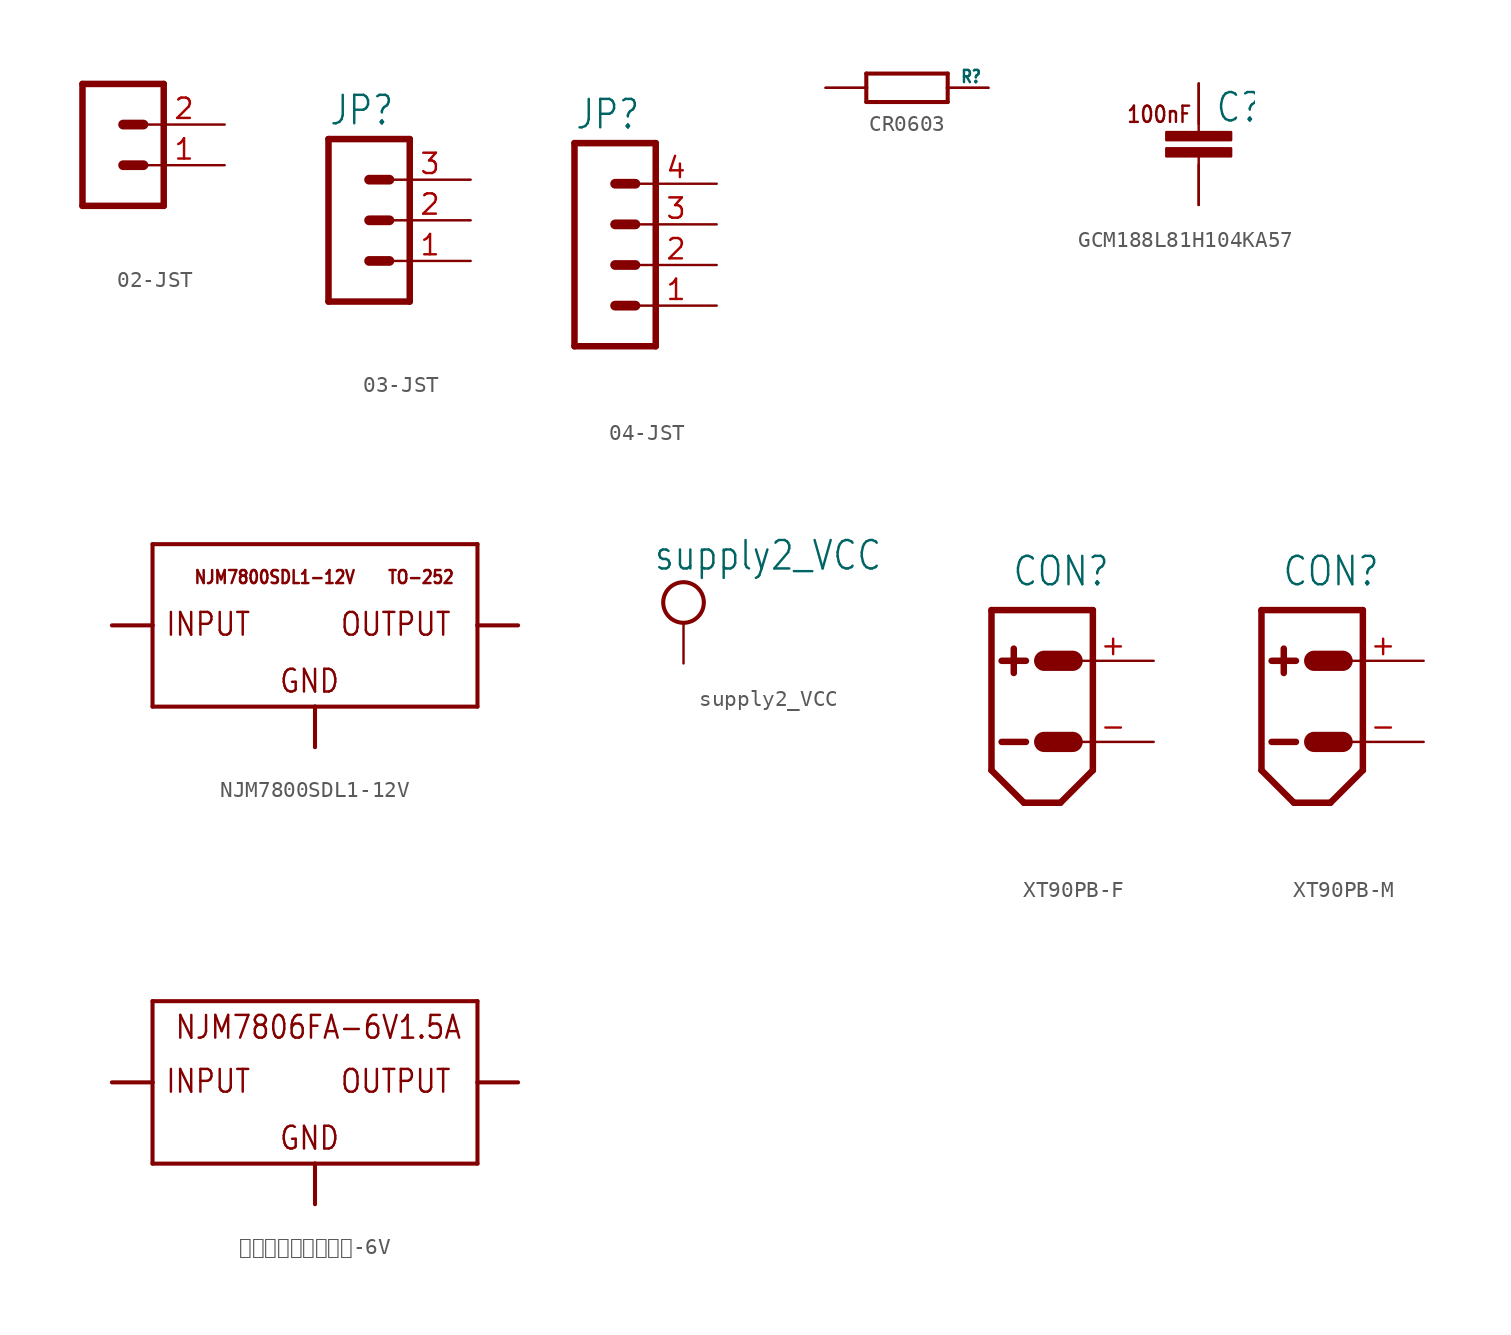
<source format=kicad_sym>
(kicad_symbol_lib
  (version 20220914)
  (generator kicad_symbol_editor)
  (symbol "02-JST"
    (property "Reference" ""
      (at -1.27 3.302 0)
      (effects (font (size 1.778 1.511)) (justify left bottom) hide))
    (property "Value" ""
      (at -1.27 -7.62 0)
      (effects (font (size 1.778 1.511)) (justify left bottom)))
    (property "ki_locked" ""
      (at 0 0 0)
      (effects (font (size 1.27 1.27))))
    (symbol "02-JST_1_0"
      (polyline (pts (xy -1.27 2.54) (xy -1.27 -5.08)) (stroke (width 0.406) (type solid)) (fill (type none)))
      (polyline (pts (xy -1.27 2.54) (xy 3.81 2.54)) (stroke (width 0.406) (type solid)) (fill (type none)))
      (polyline (pts (xy 1.27 -2.54) (xy 2.54 -2.54)) (stroke (width 0.61) (type solid)) (fill (type none)))
      (polyline (pts (xy 1.27 0) (xy 2.54 0)) (stroke (width 0.61) (type solid)) (fill (type none)))
      (polyline (pts (xy 3.81 -5.08) (xy -1.27 -5.08)) (stroke (width 0.406) (type solid)) (fill (type none)))
      (polyline (pts (xy 3.81 -5.08) (xy 3.81 2.54)) (stroke (width 0.406) (type solid)) (fill (type none)))
      (pin passive line (at 7.62 -2.54 180) (length 5.08) (name "1" (effects (font (size 0 0)))) (number "1" (effects (font (size 1.27 1.27)))))
      (pin passive line (at 7.62 0 180) (length 5.08) (name "2" (effects (font (size 0 0)))) (number "2" (effects (font (size 1.27 1.27)))))))
  (symbol "03-JST"
    (property "Reference" "JP"
      (at -1.27 5.842 0)
      (effects (font (size 1.778 1.511)) (justify left bottom)))
    (property "Value" ""
      (at -1.27 -7.62 0)
      (effects (font (size 1.778 1.511)) (justify left bottom)))
    (property "ki_locked" ""
      (at 0 0 0)
      (effects (font (size 1.27 1.27))))
    (symbol "03-JST_1_0"
      (polyline (pts (xy -1.27 5.08) (xy -1.27 -5.08)) (stroke (width 0.406) (type solid)) (fill (type none)))
      (polyline (pts (xy -1.27 5.08) (xy 3.81 5.08)) (stroke (width 0.406) (type solid)) (fill (type none)))
      (polyline (pts (xy 1.27 -2.54) (xy 2.54 -2.54)) (stroke (width 0.61) (type solid)) (fill (type none)))
      (polyline (pts (xy 1.27 0) (xy 2.54 0)) (stroke (width 0.61) (type solid)) (fill (type none)))
      (polyline (pts (xy 1.27 2.54) (xy 2.54 2.54)) (stroke (width 0.61) (type solid)) (fill (type none)))
      (polyline (pts (xy 3.81 -5.08) (xy -1.27 -5.08)) (stroke (width 0.406) (type solid)) (fill (type none)))
      (polyline (pts (xy 3.81 -5.08) (xy 3.81 5.08)) (stroke (width 0.406) (type solid)) (fill (type none)))
      (pin passive line (at 7.62 -2.54 180) (length 5.08) (name "1" (effects (font (size 0 0)))) (number "1" (effects (font (size 1.27 1.27)))))
      (pin passive line (at 7.62 0 180) (length 5.08) (name "2" (effects (font (size 0 0)))) (number "2" (effects (font (size 1.27 1.27)))))
      (pin passive line (at 7.62 2.54 180) (length 5.08) (name "3" (effects (font (size 0 0)))) (number "3" (effects (font (size 1.27 1.27)))))))
  (symbol "04-JST"
    (property "Reference" "JP"
      (at -1.27 5.842 0)
      (effects (font (size 1.778 1.511)) (justify left bottom)))
    (property "Value" ""
      (at -1.27 -10.16 0)
      (effects (font (size 1.778 1.511)) (justify left bottom)))
    (property "ki_locked" ""
      (at 0 0 0)
      (effects (font (size 1.27 1.27))))
    (symbol "04-JST_1_0"
      (polyline (pts (xy -1.27 5.08) (xy -1.27 -7.62)) (stroke (width 0.406) (type solid)) (fill (type none)))
      (polyline (pts (xy -1.27 5.08) (xy 3.81 5.08)) (stroke (width 0.406) (type solid)) (fill (type none)))
      (polyline (pts (xy 1.27 -5.08) (xy 2.54 -5.08)) (stroke (width 0.61) (type solid)) (fill (type none)))
      (polyline (pts (xy 1.27 -2.54) (xy 2.54 -2.54)) (stroke (width 0.61) (type solid)) (fill (type none)))
      (polyline (pts (xy 1.27 0) (xy 2.54 0)) (stroke (width 0.61) (type solid)) (fill (type none)))
      (polyline (pts (xy 1.27 2.54) (xy 2.54 2.54)) (stroke (width 0.61) (type solid)) (fill (type none)))
      (polyline (pts (xy 3.81 -7.62) (xy -1.27 -7.62)) (stroke (width 0.406) (type solid)) (fill (type none)))
      (polyline (pts (xy 3.81 -7.62) (xy 3.81 5.08)) (stroke (width 0.406) (type solid)) (fill (type none)))
      (pin passive line (at 7.62 -5.08 180) (length 5.08) (name "1" (effects (font (size 0 0)))) (number "1" (effects (font (size 1.27 1.27)))))
      (pin passive line (at 7.62 -2.54 180) (length 5.08) (name "2" (effects (font (size 0 0)))) (number "2" (effects (font (size 1.27 1.27)))))
      (pin passive line (at 7.62 0 180) (length 5.08) (name "3" (effects (font (size 0 0)))) (number "3" (effects (font (size 1.27 1.27)))))
      (pin passive line (at 7.62 2.54 180) (length 5.08) (name "4" (effects (font (size 0 0)))) (number "4" (effects (font (size 1.27 1.27)))))))
  (symbol "CR0603"
    (property "Reference" "R"
      (at 3.302 0.254 0)
      (effects (font (size 0.762 0.648)) (justify left bottom)))
    (property "Value" ""
      (at 3.302 -1.016 0)
      (effects (font (size 0.762 0.648)) (justify left bottom)))
    (property "ki_locked" ""
      (at 0 0 0)
      (effects (font (size 1.27 1.27))))
    (symbol "CR0603_1_0"
      (polyline (pts (xy -5.08 0) (xy -2.54 0)) (stroke (width 0.152) (type solid)) (fill (type none)))
      (polyline (pts (xy -2.54 -0.889) (xy -2.54 0)) (stroke (width 0.254) (type solid)) (fill (type none)))
      (polyline (pts (xy -2.54 -0.889) (xy 2.54 -0.889)) (stroke (width 0.254) (type solid)) (fill (type none)))
      (polyline (pts (xy -2.54 0) (xy -2.54 0.889)) (stroke (width 0.254) (type solid)) (fill (type none)))
      (polyline (pts (xy 2.54 -0.889) (xy 2.54 0)) (stroke (width 0.254) (type solid)) (fill (type none)))
      (polyline (pts (xy 2.54 0) (xy 2.54 0.889)) (stroke (width 0.254) (type solid)) (fill (type none)))
      (polyline (pts (xy 2.54 0) (xy 5.08 0)) (stroke (width 0.152) (type solid)) (fill (type none)))
      (polyline (pts (xy 2.54 0.889) (xy -2.54 0.889)) (stroke (width 0.254) (type solid)) (fill (type none)))
      (pin bidirectional line (at -5.08 0 0) (length 2.54) (name "LEFT" (effects (font (size 0 0)))) (number "LEFT" (effects (font (size 0 0)))))
      (pin bidirectional line (at 5.08 0 180) (length 2.54) (name "RIGHT" (effects (font (size 0 0)))) (number "RIGHT" (effects (font (size 0 0)))))))
  (symbol "GCM188L81H104KA57"
    (property "Reference" "C"
      (at 1.016 0 0)
      (effects (font (size 1.778 1.511)) (justify left bottom)))
    (property "ki_locked" ""
      (at 0 0 0)
      (effects (font (size 1.27 1.27))))
    (symbol "GCM188L81H104KA57_1_0"
      (rectangle (start -2.032 -2.032) (end 2.032 -1.524) (stroke (width 0) (type default)) (fill (type outline)))
      (rectangle (start -2.032 -1.016) (end 2.032 -0.508) (stroke (width 0) (type default)) (fill (type outline)))
      (polyline (pts (xy 0 -5.08) (xy 0 -2.032)) (stroke (width 0.152) (type solid)) (fill (type none)))
      (polyline (pts (xy 0 -0.508) (xy 0 2.54)) (stroke (width 0.152) (type solid)) (fill (type none)))
      (text "100nF" (at -4.572 0 0) (effects (font (size 1.016 0.864)) (justify left bottom)))
      (pin bidirectional line (at 0 2.54 270) (length 2.54) (name "P$1" (effects (font (size 0 0)))) (number "P$1" (effects (font (size 0 0)))))
      (pin bidirectional line (at 0 -5.08 90) (length 2.54) (name "P$2" (effects (font (size 0 0)))) (number "P$2" (effects (font (size 0 0)))))))
  (symbol "NJM7800SDL1-12V"
    (property "Reference" ""
      (at 0 0 0)
      (effects (font (size 1.27 1.27)) hide))
    (property "ki_locked" ""
      (at 0 0 0)
      (effects (font (size 1.27 1.27))))
    (symbol "NJM7800SDL1-12V_1_0"
      (polyline (pts (xy -10.16 -5.08) (xy -10.16 0)) (stroke (width 0.254) (type solid)) (fill (type none)))
      (polyline (pts (xy -10.16 0) (xy -12.7 0)) (stroke (width 0.254) (type solid)) (fill (type none)))
      (polyline (pts (xy -10.16 0) (xy -10.16 5.08)) (stroke (width 0.254) (type solid)) (fill (type none)))
      (polyline (pts (xy -10.16 5.08) (xy 10.16 5.08)) (stroke (width 0.254) (type solid)) (fill (type none)))
      (polyline (pts (xy 0 -5.08) (xy -10.16 -5.08)) (stroke (width 0.254) (type solid)) (fill (type none)))
      (polyline (pts (xy 0 -5.08) (xy 0 -7.62)) (stroke (width 0.254) (type solid)) (fill (type none)))
      (polyline (pts (xy 10.16 -5.08) (xy 0 -5.08)) (stroke (width 0.254) (type solid)) (fill (type none)))
      (polyline (pts (xy 10.16 0) (xy 10.16 -5.08)) (stroke (width 0.254) (type solid)) (fill (type none)))
      (polyline (pts (xy 10.16 0) (xy 12.7 0)) (stroke (width 0.254) (type solid)) (fill (type none)))
      (polyline (pts (xy 10.16 5.08) (xy 10.16 0)) (stroke (width 0.254) (type solid)) (fill (type none)))
      (text "GND" (at -2.286 -4.318 0) (effects (font (size 1.422 1.209)) (justify left bottom)))
      (text "INPUT" (at -9.398 -0.762 0) (effects (font (size 1.422 1.209)) (justify left bottom)))
      (text "NJM7800SDL1-12V    TO-252" (at -7.62 2.54 0) (effects (font (size 0.813 0.691)) (justify left bottom)))
      (text "OUTPUT" (at 1.524 -0.762 0) (effects (font (size 1.422 1.209)) (justify left bottom)))
      (pin bidirectional line (at 0 -7.62 90) (length 2.54) (name "GND" (effects (font (size 0 0)))) (number "GND" (effects (font (size 0 0)))))
      (pin bidirectional line (at -12.7 0 0) (length 2.54) (name "INPUT" (effects (font (size 0 0)))) (number "VIN" (effects (font (size 0 0)))))
      (pin bidirectional line (at 12.7 0 180) (length 2.54) (name "OUTPUT" (effects (font (size 0 0)))) (number "VOUT" (effects (font (size 0 0)))))))
  (symbol "supply2_VCC"
    (power)
    (property "Reference" "#SUPPLY"
      (at 0 0 0)
      (effects (font (size 1.27 1.27)) hide))
    (property "Value" "supply2_VCC"
      (at -1.905 3.175 0)
      (effects (font (size 1.778 1.511)) (justify left bottom)))
    (property "ki_locked" ""
      (at 0 0 0)
      (effects (font (size 1.27 1.27))))
    (symbol "supply2_VCC_1_0"
      (circle (center 0 1.27) (radius 1.27) (stroke (width 0.254) (type solid)) (fill (type none)))
      (pin power_in line (at 0 -2.54 90) (length 2.54) (name "VCC" (effects (font (size 0 0)))) (number "1" (effects (font (size 0 0)))))))
  (symbol "XT90PB-F"
    (property "Reference" "CON"
      (at -3.81 7.112 0)
      (effects (font (size 1.778 1.511)) (justify left bottom)))
    (property "Value" ""
      (at -3.81 -8.89 0)
      (effects (font (size 1.778 1.511)) (justify left bottom)))
    (property "ki_locked" ""
      (at 0 0 0)
      (effects (font (size 1.27 1.27))))
    (symbol "XT90PB-F_1_0"
      (polyline (pts (xy -5.08 -4.318) (xy -3.048 -6.35)) (stroke (width 0.406) (type solid)) (fill (type none)))
      (polyline (pts (xy -5.08 5.715) (xy -5.08 -4.318)) (stroke (width 0.406) (type solid)) (fill (type none)))
      (polyline (pts (xy -5.08 5.715) (xy 1.27 5.715)) (stroke (width 0.406) (type solid)) (fill (type none)))
      (polyline (pts (xy -4.445 -2.54) (xy -2.921 -2.54)) (stroke (width 0.406) (type solid)) (fill (type none)))
      (polyline (pts (xy -4.445 2.54) (xy -2.921 2.54)) (stroke (width 0.406) (type solid)) (fill (type none)))
      (polyline (pts (xy -3.683 3.302) (xy -3.683 1.778)) (stroke (width 0.406) (type solid)) (fill (type none)))
      (polyline (pts (xy -3.048 -6.35) (xy -0.762 -6.35)) (stroke (width 0.406) (type solid)) (fill (type none)))
      (polyline (pts (xy -0.762 -6.35) (xy 1.27 -4.318)) (stroke (width 0.406) (type solid)) (fill (type none)))
      (polyline (pts (xy 0 -2.54) (xy -1.778 -2.54)) (stroke (width 1.27) (type solid)) (fill (type none)))
      (polyline (pts (xy 0 2.54) (xy -1.778 2.54)) (stroke (width 1.27) (type solid)) (fill (type none)))
      (polyline (pts (xy 1.27 -4.318) (xy 1.27 5.715)) (stroke (width 0.406) (type solid)) (fill (type none)))
      (pin power_in line (at 5.08 2.54 180) (length 5.08) (name "+" (effects (font (size 0 0)))) (number "+" (effects (font (size 1.27 1.27)))))
      (pin power_in line (at 5.08 -2.54 180) (length 5.08) (name "-" (effects (font (size 0 0)))) (number "-" (effects (font (size 1.27 1.27)))))))
  (symbol "XT90PB-M"
    (property "Reference" "CON"
      (at -3.81 7.112 0)
      (effects (font (size 1.778 1.511)) (justify left bottom)))
    (property "Value" ""
      (at -3.81 -8.89 0)
      (effects (font (size 1.778 1.511)) (justify left bottom)))
    (property "ki_locked" ""
      (at 0 0 0)
      (effects (font (size 1.27 1.27))))
    (symbol "XT90PB-M_1_0"
      (polyline (pts (xy -5.08 -4.318) (xy -3.048 -6.35)) (stroke (width 0.406) (type solid)) (fill (type none)))
      (polyline (pts (xy -5.08 5.715) (xy -5.08 -4.318)) (stroke (width 0.406) (type solid)) (fill (type none)))
      (polyline (pts (xy -5.08 5.715) (xy 1.27 5.715)) (stroke (width 0.406) (type solid)) (fill (type none)))
      (polyline (pts (xy -4.445 -2.54) (xy -2.921 -2.54)) (stroke (width 0.406) (type solid)) (fill (type none)))
      (polyline (pts (xy -4.445 2.54) (xy -2.921 2.54)) (stroke (width 0.406) (type solid)) (fill (type none)))
      (polyline (pts (xy -3.683 3.302) (xy -3.683 1.778)) (stroke (width 0.406) (type solid)) (fill (type none)))
      (polyline (pts (xy -3.048 -6.35) (xy -0.762 -6.35)) (stroke (width 0.406) (type solid)) (fill (type none)))
      (polyline (pts (xy -0.762 -6.35) (xy 1.27 -4.318)) (stroke (width 0.406) (type solid)) (fill (type none)))
      (polyline (pts (xy 0 -2.54) (xy -1.778 -2.54)) (stroke (width 1.27) (type solid)) (fill (type none)))
      (polyline (pts (xy 0 2.54) (xy -1.778 2.54)) (stroke (width 1.27) (type solid)) (fill (type none)))
      (polyline (pts (xy 1.27 -4.318) (xy 1.27 5.715)) (stroke (width 0.406) (type solid)) (fill (type none)))
      (pin power_in line (at 5.08 2.54 180) (length 5.08) (name "+" (effects (font (size 0 0)))) (number "+" (effects (font (size 1.27 1.27)))))
      (pin power_in line (at 5.08 -2.54 180) (length 5.08) (name "-" (effects (font (size 0 0)))) (number "-" (effects (font (size 1.27 1.27)))))))
  (symbol "ＮＪＭ７８０６ＦＡ-6V"
    (property "Reference" ""
      (at 0 0 0)
      (effects (font (size 1.27 1.27)) hide))
    (property "ki_locked" ""
      (at 0 0 0)
      (effects (font (size 1.27 1.27))))
    (symbol "ＮＪＭ７８０６ＦＡ-6V_1_0"
      (polyline (pts (xy -10.16 -5.08) (xy -10.16 0)) (stroke (width 0.254) (type solid)) (fill (type none)))
      (polyline (pts (xy -10.16 0) (xy -12.7 0)) (stroke (width 0.254) (type solid)) (fill (type none)))
      (polyline (pts (xy -10.16 0) (xy -10.16 5.08)) (stroke (width 0.254) (type solid)) (fill (type none)))
      (polyline (pts (xy -10.16 5.08) (xy 10.16 5.08)) (stroke (width 0.254) (type solid)) (fill (type none)))
      (polyline (pts (xy 0 -5.08) (xy -10.16 -5.08)) (stroke (width 0.254) (type solid)) (fill (type none)))
      (polyline (pts (xy 0 -5.08) (xy 0 -7.62)) (stroke (width 0.254) (type solid)) (fill (type none)))
      (polyline (pts (xy 10.16 -5.08) (xy 0 -5.08)) (stroke (width 0.254) (type solid)) (fill (type none)))
      (polyline (pts (xy 10.16 0) (xy 10.16 -5.08)) (stroke (width 0.254) (type solid)) (fill (type none)))
      (polyline (pts (xy 10.16 0) (xy 12.7 0)) (stroke (width 0.254) (type solid)) (fill (type none)))
      (polyline (pts (xy 10.16 5.08) (xy 10.16 0)) (stroke (width 0.254) (type solid)) (fill (type none)))
      (text "GND" (at -2.286 -4.318 0) (effects (font (size 1.422 1.209)) (justify left bottom)))
      (text "INPUT" (at -9.398 -0.762 0) (effects (font (size 1.422 1.209)) (justify left bottom)))
      (text "NJM7806FA-6V1.5A" (at -8.814 2.616 0) (effects (font (size 1.422 1.209)) (justify left bottom)))
      (text "OUTPUT" (at 1.524 -0.762 0) (effects (font (size 1.422 1.209)) (justify left bottom)))
      (pin bidirectional line (at 0 -7.62 90) (length 2.54) (name "GND" (effects (font (size 0 0)))) (number "GND" (effects (font (size 0 0)))))
      (pin bidirectional line (at -12.7 0 0) (length 2.54) (name "INPUT" (effects (font (size 0 0)))) (number "INPUT" (effects (font (size 0 0)))))
      (pin bidirectional line (at 12.7 0 180) (length 2.54) (name "OUTPUT" (effects (font (size 0 0)))) (number "OUTPUT" (effects (font (size 0 0))))))))
</source>
